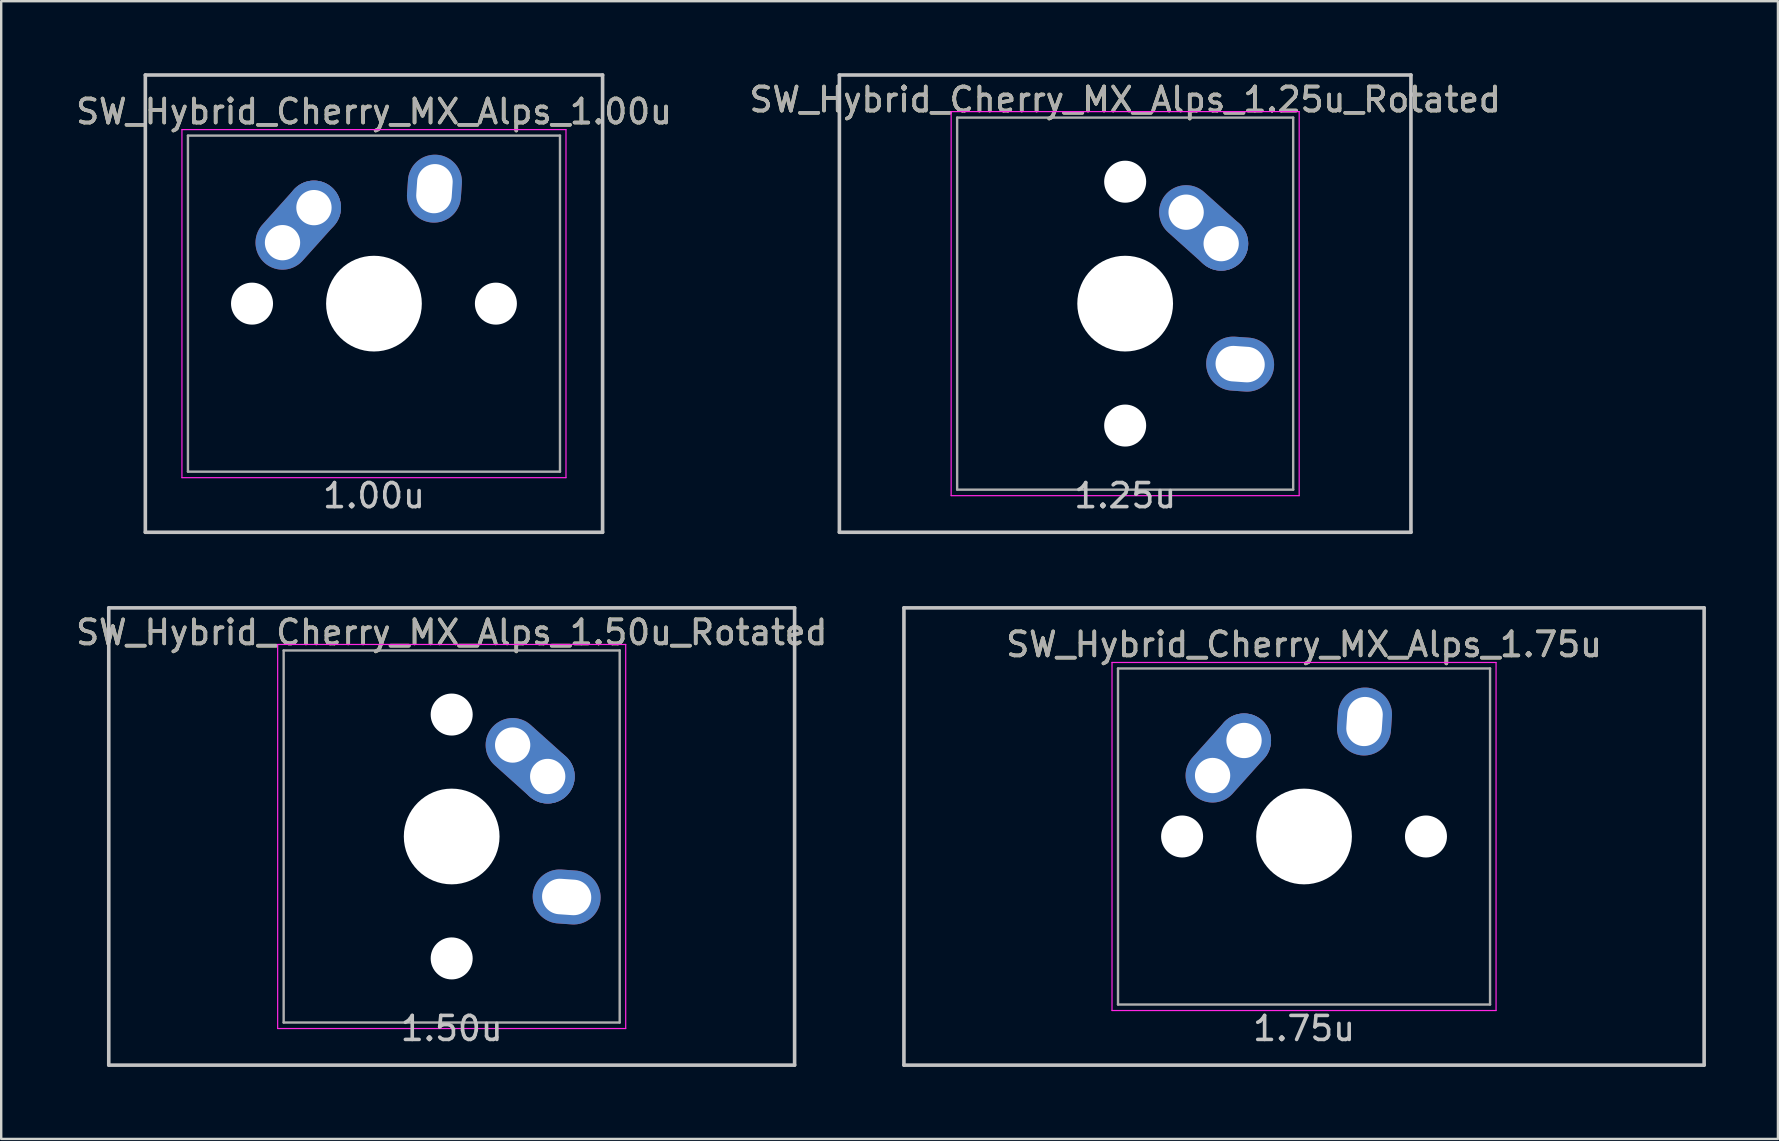
<source format=kicad_pcb>
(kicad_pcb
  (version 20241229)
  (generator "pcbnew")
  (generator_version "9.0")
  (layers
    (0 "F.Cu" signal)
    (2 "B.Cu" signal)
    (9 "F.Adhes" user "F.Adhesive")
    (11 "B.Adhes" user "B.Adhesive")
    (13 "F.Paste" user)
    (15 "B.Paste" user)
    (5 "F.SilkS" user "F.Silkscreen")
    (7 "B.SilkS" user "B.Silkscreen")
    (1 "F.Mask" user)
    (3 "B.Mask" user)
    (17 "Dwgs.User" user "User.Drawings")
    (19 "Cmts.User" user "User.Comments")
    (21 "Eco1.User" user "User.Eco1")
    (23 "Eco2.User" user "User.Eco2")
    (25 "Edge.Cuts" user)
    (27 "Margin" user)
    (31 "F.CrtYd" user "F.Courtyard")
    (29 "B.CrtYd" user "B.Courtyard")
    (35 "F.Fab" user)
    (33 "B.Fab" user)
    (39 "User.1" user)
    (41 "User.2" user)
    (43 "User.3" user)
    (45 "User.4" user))
  (footprint "SW_Hybrid_Cherry_MX_Alps_1.00u"
    (layer "F.Cu")
    (at 12.53 9.6)
    (property "Reference" "SW_Hybrid_Cherry_MX_Alps_1.00u" (at 0 -8 0) (layer "F.SilkS") (effects (font (size 1 1) (thickness 0.15))))
    (attr through_hole)
    (fp_line (start -9.525 -9.525) (end 9.525 -9.525) (stroke (width 0.15) (type solid)) (layer "Dwgs.User"))
    (fp_line (start -9.525 9.525) (end -9.525 -9.525) (stroke (width 0.15) (type solid)) (layer "Dwgs.User"))
    (fp_line (start 9.525 -9.525) (end 9.525 9.525) (stroke (width 0.15) (type solid)) (layer "Dwgs.User"))
    (fp_line (start 9.525 9.525) (end -9.525 9.525) (stroke (width 0.15) (type solid)) (layer "Dwgs.User"))
    (fp_line (start -8 -7.25) (end 8 -7.25) (stroke (width 0.05) (type solid)) (layer "F.CrtYd"))
    (fp_line (start -8 7.25) (end -8 -7.25) (stroke (width 0.05) (type solid)) (layer "F.CrtYd"))
    (fp_line (start 8 -7.25) (end 8 7.25) (stroke (width 0.05) (type solid)) (layer "F.CrtYd"))
    (fp_line (start 8 7.25) (end -8 7.25) (stroke (width 0.05) (type solid)) (layer "F.CrtYd"))
    (fp_line (start -7.75 -7) (end 7.75 -7) (stroke (width 0.1) (type solid)) (layer "F.Fab"))
    (fp_line (start -7.75 7) (end -7.75 -7) (stroke (width 0.1) (type solid)) (layer "F.Fab"))
    (fp_line (start 7.75 -7) (end 7.75 7) (stroke (width 0.1) (type solid)) (layer "F.Fab"))
    (fp_line (start 7.75 7) (end -7.75 7) (stroke (width 0.1) (type solid)) (layer "F.Fab"))
    (fp_text user "1.00u" (at 0 8 0) (layer "Dwgs.User") (effects (font (size 1 1) (thickness 0.15))))
    (fp_text user "${REFERENCE}" (at 0 -8 0) (layer "F.Fab") (effects (font (size 1 1) (thickness 0.15))))
    (pad "" np_thru_hole circle (at -5.08 0 48.1) (size 1.75 1.75) (drill 1.75) (layers "*.Cu" "*.Mask"))
    (pad "" np_thru_hole circle (at 0 0) (size 3.988 3.988) (drill 3.988) (layers "*.Cu" "*.Mask"))
    (pad "" np_thru_hole circle (at 5.08 0 48.1) (size 1.75 1.75) (drill 1.75) (layers "*.Cu" "*.Mask"))
    (pad "1" thru_hole oval (at -3.81 -2.54 48.1) (size 4.212 2.25) (drill 1.47 (offset 0.981 0)) (layers "*.Cu" "B.Mask"))
    (pad "1" thru_hole circle (at -2.5 -4) (size 2.25 2.25) (drill 1.47) (layers "*.Cu" "B.Mask"))
    (pad "2" thru_hole oval (at 2.52 -4.79 86) (size 2.831 2.25) (drill oval 2.051 1.48) (layers "*.Cu" "B.Mask")))
  (footprint "SW_Hybrid_Cherry_MX_Alps_1.75u"
    (layer "F.Cu")
    (at 51.279 31.8)
    (property "Reference" "SW_Hybrid_Cherry_MX_Alps_1.75u" (at 0 -8 0) (layer "F.SilkS") (effects (font (size 1 1) (thickness 0.15))))
    (attr through_hole)
    (fp_line (start -16.669 -9.525) (end 16.669 -9.525) (stroke (width 0.15) (type solid)) (layer "Dwgs.User"))
    (fp_line (start -16.669 9.525) (end -16.669 -9.525) (stroke (width 0.15) (type solid)) (layer "Dwgs.User"))
    (fp_line (start 16.669 -9.525) (end 16.669 9.525) (stroke (width 0.15) (type solid)) (layer "Dwgs.User"))
    (fp_line (start 16.669 9.525) (end -16.669 9.525) (stroke (width 0.15) (type solid)) (layer "Dwgs.User"))
    (fp_line (start -8 -7.25) (end 8 -7.25) (stroke (width 0.05) (type solid)) (layer "F.CrtYd"))
    (fp_line (start -8 7.25) (end -8 -7.25) (stroke (width 0.05) (type solid)) (layer "F.CrtYd"))
    (fp_line (start 8 -7.25) (end 8 7.25) (stroke (width 0.05) (type solid)) (layer "F.CrtYd"))
    (fp_line (start 8 7.25) (end -8 7.25) (stroke (width 0.05) (type solid)) (layer "F.CrtYd"))
    (fp_line (start -7.75 -7) (end 7.75 -7) (stroke (width 0.1) (type solid)) (layer "F.Fab"))
    (fp_line (start -7.75 7) (end -7.75 -7) (stroke (width 0.1) (type solid)) (layer "F.Fab"))
    (fp_line (start 7.75 -7) (end 7.75 7) (stroke (width 0.1) (type solid)) (layer "F.Fab"))
    (fp_line (start 7.75 7) (end -7.75 7) (stroke (width 0.1) (type solid)) (layer "F.Fab"))
    (fp_text user "1.75u" (at 0 8 0) (layer "Dwgs.User") (effects (font (size 1 1) (thickness 0.15))))
    (fp_text user "${REFERENCE}" (at 0 -8 0) (layer "F.Fab") (effects (font (size 1 1) (thickness 0.15))))
    (pad "" np_thru_hole circle (at -5.08 0 48.1) (size 1.75 1.75) (drill 1.75) (layers "*.Cu" "*.Mask"))
    (pad "" np_thru_hole circle (at 0 0) (size 3.988 3.988) (drill 3.988) (layers "*.Cu" "*.Mask"))
    (pad "" np_thru_hole circle (at 5.08 0 48.1) (size 1.75 1.75) (drill 1.75) (layers "*.Cu" "*.Mask"))
    (pad "1" thru_hole oval (at -3.81 -2.54 48.1) (size 4.212 2.25) (drill 1.47 (offset 0.981 0)) (layers "*.Cu" "B.Mask"))
    (pad "1" thru_hole circle (at -2.5 -4) (size 2.25 2.25) (drill 1.47) (layers "*.Cu" "B.Mask"))
    (pad "2" thru_hole oval (at 2.52 -4.79 86) (size 2.831 2.25) (drill oval 2.051 1.48) (layers "*.Cu" "B.Mask")))
  (footprint "SW_Hybrid_Cherry_MX_Alps_1.25u_Rotated"
    (layer "F.Cu")
    (at 43.827 9.6)
    (property "Reference" "SW_Hybrid_Cherry_MX_Alps_1.25u_Rotated" (at 0 -8.5 0) (layer "F.SilkS") (effects (font (size 1 1) (thickness 0.15))))
    (attr through_hole)
    (fp_line (start -11.906 -9.525) (end 11.906 -9.525) (stroke (width 0.15) (type solid)) (layer "Dwgs.User"))
    (fp_line (start -11.906 9.525) (end -11.906 -9.525) (stroke (width 0.15) (type solid)) (layer "Dwgs.User"))
    (fp_line (start 11.906 -9.525) (end 11.906 9.525) (stroke (width 0.15) (type solid)) (layer "Dwgs.User"))
    (fp_line (start 11.906 9.525) (end -11.906 9.525) (stroke (width 0.15) (type solid)) (layer "Dwgs.User"))
    (fp_line (start -7.25 -8) (end 7.25 -8) (stroke (width 0.05) (type solid)) (layer "F.CrtYd"))
    (fp_line (start -7.25 8) (end -7.25 -8) (stroke (width 0.05) (type solid)) (layer "F.CrtYd"))
    (fp_line (start 7.25 -8) (end 7.25 8) (stroke (width 0.05) (type solid)) (layer "F.CrtYd"))
    (fp_line (start 7.25 8) (end -7.25 8) (stroke (width 0.05) (type solid)) (layer "F.CrtYd"))
    (fp_line (start -7 -7.75) (end 7 -7.75) (stroke (width 0.1) (type solid)) (layer "F.Fab"))
    (fp_line (start -7 7.75) (end -7 -7.75) (stroke (width 0.1) (type solid)) (layer "F.Fab"))
    (fp_line (start 7 -7.75) (end 7 7.75) (stroke (width 0.1) (type solid)) (layer "F.Fab"))
    (fp_line (start 7 7.75) (end -7 7.75) (stroke (width 0.1) (type solid)) (layer "F.Fab"))
    (fp_text user "1.25u" (at 0 8 0) (layer "Dwgs.User") (effects (font (size 1 1) (thickness 0.15))))
    (fp_text user "${REFERENCE}" (at 0 -8.5 0) (layer "F.Fab") (effects (font (size 1 1) (thickness 0.15))))
    (pad "" np_thru_hole circle (at 0 -5.08 318.1) (size 1.75 1.75) (drill 1.75) (layers "*.Cu" "*.Mask"))
    (pad "" np_thru_hole circle (at 0 0 270) (size 3.988 3.988) (drill 3.988) (layers "*.Cu" "*.Mask"))
    (pad "" np_thru_hole circle (at 0 5.08 318.1) (size 1.75 1.75) (drill 1.75) (layers "*.Cu" "*.Mask"))
    (pad "1" thru_hole oval (at 2.54 -3.81 318.1) (size 4.212 2.25) (drill 1.47 (offset 0.981 0)) (layers "*.Cu" "B.Mask"))
    (pad "1" thru_hole circle (at 4 -2.5 270) (size 2.25 2.25) (drill 1.47) (layers "*.Cu" "B.Mask"))
    (pad "2" thru_hole oval (at 4.79 2.52 356) (size 2.831 2.25) (drill oval 2.051 1.48) (layers "*.Cu" "B.Mask")))
  (footprint "SW_Hybrid_Cherry_MX_Alps_1.50u_Rotated"
    (layer "F.Cu")
    (at 15.768 31.8)
    (property "Reference" "SW_Hybrid_Cherry_MX_Alps_1.50u_Rotated" (at 0 -8.5 0) (layer "F.SilkS") (effects (font (size 1 1) (thickness 0.15))))
    (attr through_hole)
    (fp_line (start -14.287 -9.525) (end 14.287 -9.525) (stroke (width 0.15) (type solid)) (layer "Dwgs.User"))
    (fp_line (start -14.287 9.525) (end -14.287 -9.525) (stroke (width 0.15) (type solid)) (layer "Dwgs.User"))
    (fp_line (start 14.287 -9.525) (end 14.287 9.525) (stroke (width 0.15) (type solid)) (layer "Dwgs.User"))
    (fp_line (start 14.287 9.525) (end -14.287 9.525) (stroke (width 0.15) (type solid)) (layer "Dwgs.User"))
    (fp_line (start -7.25 -8) (end 7.25 -8) (stroke (width 0.05) (type solid)) (layer "F.CrtYd"))
    (fp_line (start -7.25 8) (end -7.25 -8) (stroke (width 0.05) (type solid)) (layer "F.CrtYd"))
    (fp_line (start 7.25 -8) (end 7.25 8) (stroke (width 0.05) (type solid)) (layer "F.CrtYd"))
    (fp_line (start 7.25 8) (end -7.25 8) (stroke (width 0.05) (type solid)) (layer "F.CrtYd"))
    (fp_line (start -7 -7.75) (end 7 -7.75) (stroke (width 0.1) (type solid)) (layer "F.Fab"))
    (fp_line (start -7 7.75) (end -7 -7.75) (stroke (width 0.1) (type solid)) (layer "F.Fab"))
    (fp_line (start 7 -7.75) (end 7 7.75) (stroke (width 0.1) (type solid)) (layer "F.Fab"))
    (fp_line (start 7 7.75) (end -7 7.75) (stroke (width 0.1) (type solid)) (layer "F.Fab"))
    (fp_text user "1.50u" (at 0 8 0) (layer "Dwgs.User") (effects (font (size 1 1) (thickness 0.15))))
    (fp_text user "${REFERENCE}" (at 0 -8.5 0) (layer "F.Fab") (effects (font (size 1 1) (thickness 0.15))))
    (pad "" np_thru_hole circle (at 0 -5.08 318.1) (size 1.75 1.75) (drill 1.75) (layers "*.Cu" "*.Mask"))
    (pad "" np_thru_hole circle (at 0 0 270) (size 3.988 3.988) (drill 3.988) (layers "*.Cu" "*.Mask"))
    (pad "" np_thru_hole circle (at 0 5.08 318.1) (size 1.75 1.75) (drill 1.75) (layers "*.Cu" "*.Mask"))
    (pad "1" thru_hole oval (at 2.54 -3.81 318.1) (size 4.212 2.25) (drill 1.47 (offset 0.981 0)) (layers "*.Cu" "B.Mask"))
    (pad "1" thru_hole circle (at 4 -2.5 270) (size 2.25 2.25) (drill 1.47) (layers "*.Cu" "B.Mask"))
    (pad "2" thru_hole oval (at 4.79 2.52 356) (size 2.831 2.25) (drill oval 2.051 1.48) (layers "*.Cu" "B.Mask")))
  (gr_rect
    (start -3 -3)
    (end 71.023 44.4)
    (stroke (width 0.1) (type default))
    (fill no)
    (layer "Edge.Cuts")))
</source>
